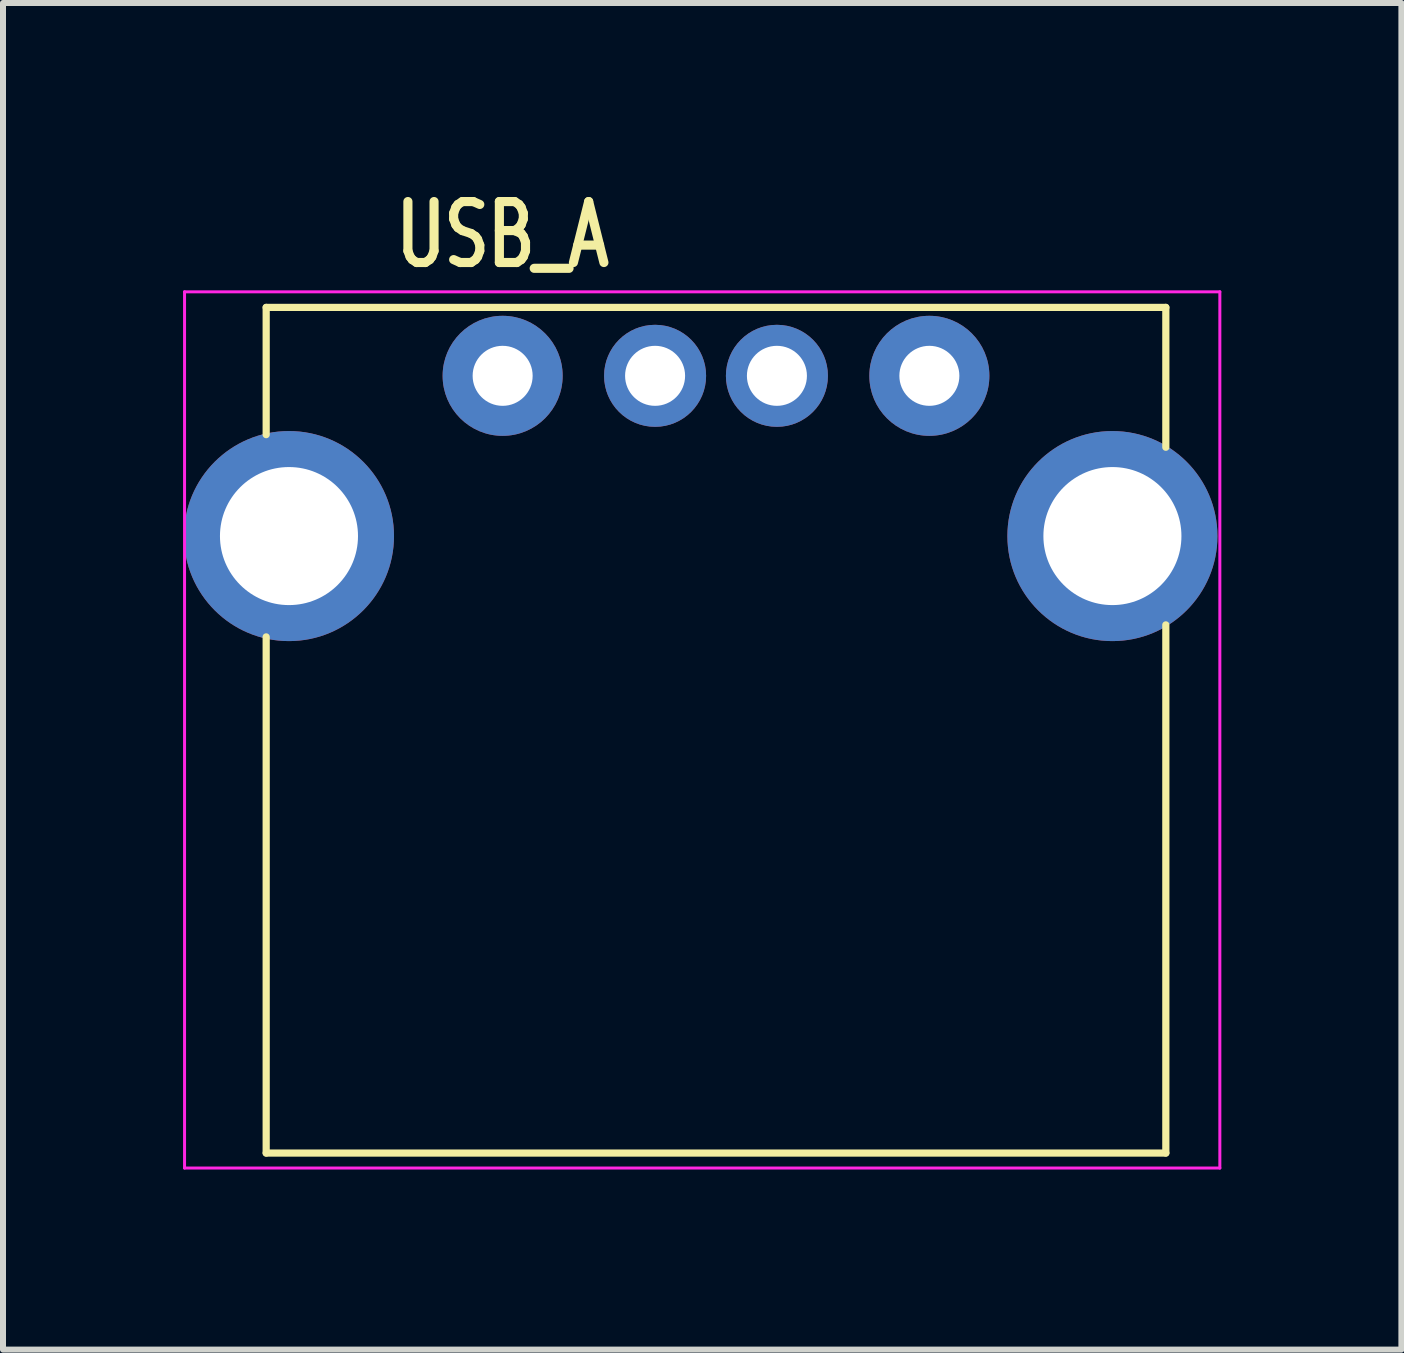
<source format=kicad_pcb>
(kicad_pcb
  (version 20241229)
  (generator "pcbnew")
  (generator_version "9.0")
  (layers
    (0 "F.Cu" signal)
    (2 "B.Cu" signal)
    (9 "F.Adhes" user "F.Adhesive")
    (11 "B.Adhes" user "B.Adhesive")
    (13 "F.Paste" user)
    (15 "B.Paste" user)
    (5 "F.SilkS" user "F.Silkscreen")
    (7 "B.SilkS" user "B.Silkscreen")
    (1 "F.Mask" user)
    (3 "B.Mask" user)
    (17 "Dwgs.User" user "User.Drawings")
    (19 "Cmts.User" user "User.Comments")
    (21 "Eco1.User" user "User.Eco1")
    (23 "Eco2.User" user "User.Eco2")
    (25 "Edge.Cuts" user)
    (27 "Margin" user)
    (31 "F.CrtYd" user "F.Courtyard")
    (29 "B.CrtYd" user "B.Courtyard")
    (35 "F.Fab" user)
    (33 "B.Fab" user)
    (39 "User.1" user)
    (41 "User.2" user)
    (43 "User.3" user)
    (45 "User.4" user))
  (footprint "USB_A"
    (layer "F.Cu")
    (at 5.325 3.212)
    (property "Reference" "USB_A" (at 0 -2.35 0) (layer "F.SilkS") (effects (font (size 1.016 0.762) (thickness 0.152))))
    (attr through_hole)
    (fp_line (start -3.94 -1.14) (end -3.94 0.98) (stroke (width 0.12) (type solid)) (layer "F.SilkS"))
    (fp_line (start -3.94 4.35) (end -3.94 12.95) (stroke (width 0.12) (type solid)) (layer "F.SilkS"))
    (fp_line (start 11.05 -1.14) (end -3.94 -1.14) (stroke (width 0.12) (type solid)) (layer "F.SilkS"))
    (fp_line (start 11.05 -1.14) (end 11.05 1.19) (stroke (width 0.12) (type solid)) (layer "F.SilkS"))
    (fp_line (start 11.05 4.15) (end 11.05 12.95) (stroke (width 0.12) (type solid)) (layer "F.SilkS"))
    (fp_line (start 11.05 12.95) (end -3.94 12.95) (stroke (width 0.12) (type solid)) (layer "F.SilkS"))
    (fp_line (start -5.3 -1.4) (end 11.95 -1.4) (stroke (width 0.05) (type solid)) (layer "F.CrtYd"))
    (fp_line (start -5.3 13.2) (end -5.3 -1.4) (stroke (width 0.05) (type solid)) (layer "F.CrtYd"))
    (fp_line (start -5.3 13.2) (end 11.95 13.2) (stroke (width 0.05) (type solid)) (layer "F.CrtYd"))
    (fp_line (start 11.95 -1.4) (end 11.95 13.2) (stroke (width 0.05) (type solid)) (layer "F.CrtYd"))
    (pad "1" thru_hole circle (at 0 0 270) (size 2 2) (drill 1) (layers "*.Cu" "*.Mask"))
    (pad "2" thru_hole circle (at 2.54 0 270) (size 1.7 1.7) (drill 1) (layers "*.Cu" "*.Mask"))
    (pad "3" thru_hole circle (at 4.57 0 270) (size 1.7 1.7) (drill 1) (layers "*.Cu" "*.Mask"))
    (pad "4" thru_hole circle (at 7.11 0 270) (size 2 2) (drill 1) (layers "*.Cu" "*.Mask"))
    (pad "5" thru_hole circle (at -3.56 2.67 270) (size 3.5 3.5) (drill 2.3) (layers "*.Cu" "*.Mask"))
    (pad "5" thru_hole circle (at 10.16 2.67 270) (size 3.5 3.5) (drill 2.3) (layers "*.Cu" "*.Mask")))
  (gr_rect
    (start -3 -3)
    (end 20.3 19.437)
    (stroke (width 0.1) (type default))
    (fill no)
    (layer "Edge.Cuts")))
</source>
